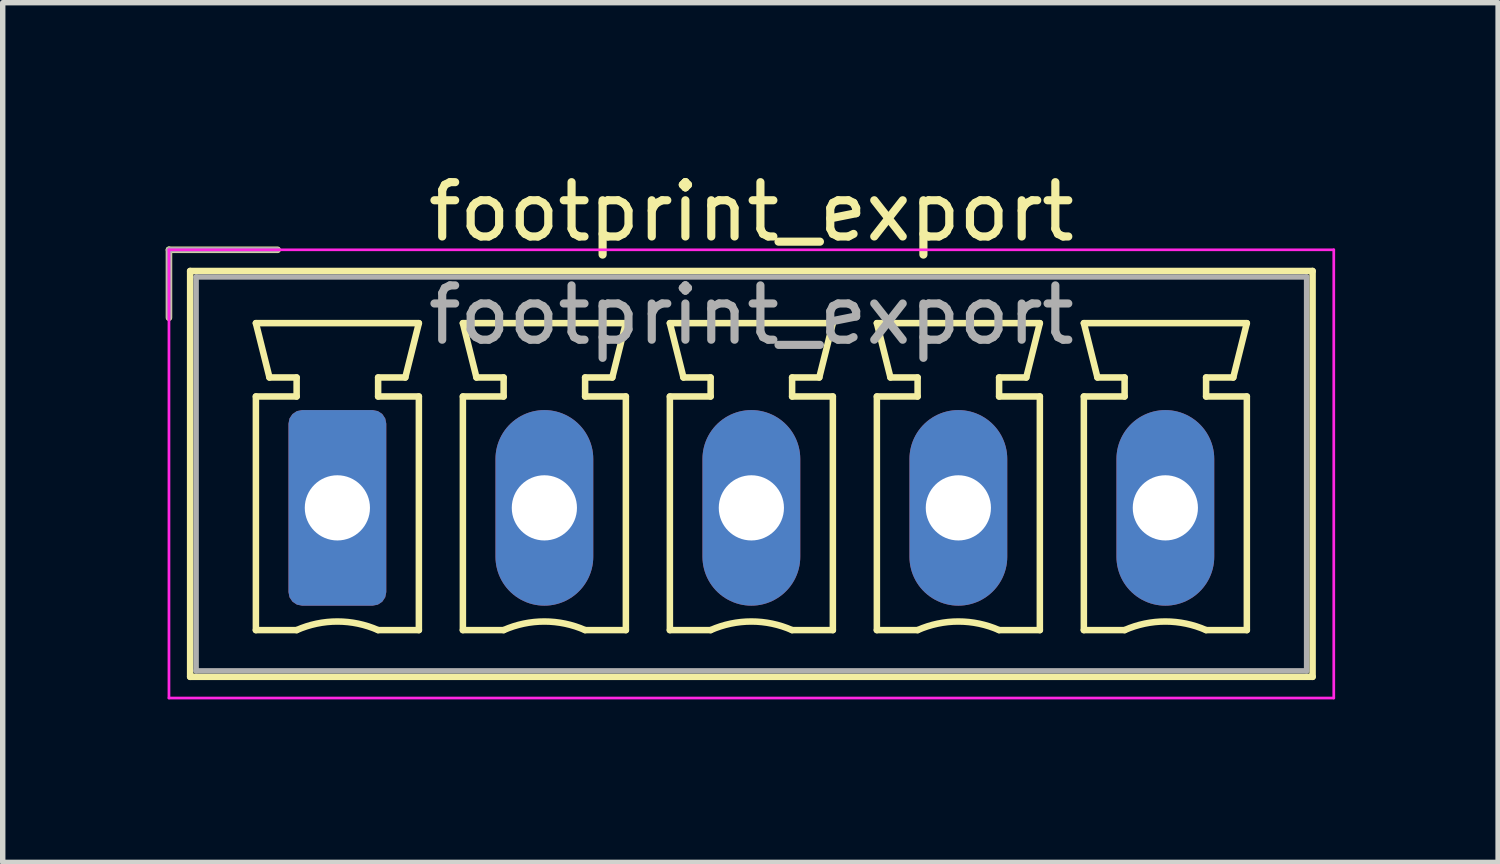
<source format=kicad_pcb>
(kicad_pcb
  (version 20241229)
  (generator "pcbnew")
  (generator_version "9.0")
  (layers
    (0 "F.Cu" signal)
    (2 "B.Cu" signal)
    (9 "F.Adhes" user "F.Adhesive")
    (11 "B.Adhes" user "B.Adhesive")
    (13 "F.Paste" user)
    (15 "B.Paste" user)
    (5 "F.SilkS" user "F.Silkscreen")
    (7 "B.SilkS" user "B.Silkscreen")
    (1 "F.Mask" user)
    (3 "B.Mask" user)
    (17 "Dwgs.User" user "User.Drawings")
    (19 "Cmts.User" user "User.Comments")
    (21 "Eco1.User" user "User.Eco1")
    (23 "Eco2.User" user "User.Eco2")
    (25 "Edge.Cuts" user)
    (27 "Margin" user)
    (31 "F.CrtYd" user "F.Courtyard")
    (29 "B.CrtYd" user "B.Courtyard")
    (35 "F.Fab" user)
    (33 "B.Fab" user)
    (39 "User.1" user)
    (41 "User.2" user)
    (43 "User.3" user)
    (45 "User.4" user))
  (footprint "footprint_export"
    (layer "F.Cu")
    (at 3.16 6.298)
    (property "Reference" "footprint_export" (at 7.62 -5.45 0) (layer "F.SilkS") (effects (font (size 1 1) (thickness 0.15))))
    (attr through_hole)
    (fp_line (start -3.1 -4.75) (end -1.1 -4.75) (stroke (width 0.12) (type solid)) (layer "F.SilkS"))
    (fp_line (start -3.1 -3.5) (end -3.1 -4.75) (stroke (width 0.12) (type solid)) (layer "F.SilkS"))
    (fp_line (start -2.71 -4.36) (end -2.71 3.11) (stroke (width 0.12) (type solid)) (layer "F.SilkS"))
    (fp_line (start -2.71 3.11) (end 17.95 3.11) (stroke (width 0.12) (type solid)) (layer "F.SilkS"))
    (fp_line (start -1.5 -3.4) (end 1.5 -3.4) (stroke (width 0.12) (type solid)) (layer "F.SilkS"))
    (fp_line (start -1.5 -2.05) (end -0.75 -2.05) (stroke (width 0.12) (type solid)) (layer "F.SilkS"))
    (fp_line (start -1.5 2.25) (end -1.5 -2.05) (stroke (width 0.12) (type solid)) (layer "F.SilkS"))
    (fp_line (start -1.25 -2.4) (end -1.5 -3.4) (stroke (width 0.12) (type solid)) (layer "F.SilkS"))
    (fp_line (start -0.75 -2.4) (end -1.25 -2.4) (stroke (width 0.12) (type solid)) (layer "F.SilkS"))
    (fp_line (start -0.75 -2.05) (end -0.75 -2.4) (stroke (width 0.12) (type solid)) (layer "F.SilkS"))
    (fp_line (start -0.75 2.25) (end -1.5 2.25) (stroke (width 0.12) (type solid)) (layer "F.SilkS"))
    (fp_line (start 0.75 -2.4) (end 0.75 -2.05) (stroke (width 0.12) (type solid)) (layer "F.SilkS"))
    (fp_line (start 0.75 -2.05) (end 1.5 -2.05) (stroke (width 0.12) (type solid)) (layer "F.SilkS"))
    (fp_line (start 1.25 -2.4) (end 0.75 -2.4) (stroke (width 0.12) (type solid)) (layer "F.SilkS"))
    (fp_line (start 1.5 -3.4) (end 1.25 -2.4) (stroke (width 0.12) (type solid)) (layer "F.SilkS"))
    (fp_line (start 1.5 -2.05) (end 1.5 2.25) (stroke (width 0.12) (type solid)) (layer "F.SilkS"))
    (fp_line (start 1.5 2.25) (end 0.75 2.25) (stroke (width 0.12) (type solid)) (layer "F.SilkS"))
    (fp_line (start 2.31 -3.4) (end 5.31 -3.4) (stroke (width 0.12) (type solid)) (layer "F.SilkS"))
    (fp_line (start 2.31 -2.05) (end 3.06 -2.05) (stroke (width 0.12) (type solid)) (layer "F.SilkS"))
    (fp_line (start 2.31 2.25) (end 2.31 -2.05) (stroke (width 0.12) (type solid)) (layer "F.SilkS"))
    (fp_line (start 2.56 -2.4) (end 2.31 -3.4) (stroke (width 0.12) (type solid)) (layer "F.SilkS"))
    (fp_line (start 3.06 -2.4) (end 2.56 -2.4) (stroke (width 0.12) (type solid)) (layer "F.SilkS"))
    (fp_line (start 3.06 -2.05) (end 3.06 -2.4) (stroke (width 0.12) (type solid)) (layer "F.SilkS"))
    (fp_line (start 3.06 2.25) (end 2.31 2.25) (stroke (width 0.12) (type solid)) (layer "F.SilkS"))
    (fp_line (start 4.56 -2.4) (end 4.56 -2.05) (stroke (width 0.12) (type solid)) (layer "F.SilkS"))
    (fp_line (start 4.56 -2.05) (end 5.31 -2.05) (stroke (width 0.12) (type solid)) (layer "F.SilkS"))
    (fp_line (start 5.06 -2.4) (end 4.56 -2.4) (stroke (width 0.12) (type solid)) (layer "F.SilkS"))
    (fp_line (start 5.31 -3.4) (end 5.06 -2.4) (stroke (width 0.12) (type solid)) (layer "F.SilkS"))
    (fp_line (start 5.31 -2.05) (end 5.31 2.25) (stroke (width 0.12) (type solid)) (layer "F.SilkS"))
    (fp_line (start 5.31 2.25) (end 4.56 2.25) (stroke (width 0.12) (type solid)) (layer "F.SilkS"))
    (fp_line (start 6.12 -3.4) (end 9.12 -3.4) (stroke (width 0.12) (type solid)) (layer "F.SilkS"))
    (fp_line (start 6.12 -2.05) (end 6.87 -2.05) (stroke (width 0.12) (type solid)) (layer "F.SilkS"))
    (fp_line (start 6.12 2.25) (end 6.12 -2.05) (stroke (width 0.12) (type solid)) (layer "F.SilkS"))
    (fp_line (start 6.37 -2.4) (end 6.12 -3.4) (stroke (width 0.12) (type solid)) (layer "F.SilkS"))
    (fp_line (start 6.87 -2.4) (end 6.37 -2.4) (stroke (width 0.12) (type solid)) (layer "F.SilkS"))
    (fp_line (start 6.87 -2.05) (end 6.87 -2.4) (stroke (width 0.12) (type solid)) (layer "F.SilkS"))
    (fp_line (start 6.87 2.25) (end 6.12 2.25) (stroke (width 0.12) (type solid)) (layer "F.SilkS"))
    (fp_line (start 8.37 -2.4) (end 8.37 -2.05) (stroke (width 0.12) (type solid)) (layer "F.SilkS"))
    (fp_line (start 8.37 -2.05) (end 9.12 -2.05) (stroke (width 0.12) (type solid)) (layer "F.SilkS"))
    (fp_line (start 8.87 -2.4) (end 8.37 -2.4) (stroke (width 0.12) (type solid)) (layer "F.SilkS"))
    (fp_line (start 9.12 -3.4) (end 8.87 -2.4) (stroke (width 0.12) (type solid)) (layer "F.SilkS"))
    (fp_line (start 9.12 -2.05) (end 9.12 2.25) (stroke (width 0.12) (type solid)) (layer "F.SilkS"))
    (fp_line (start 9.12 2.25) (end 8.37 2.25) (stroke (width 0.12) (type solid)) (layer "F.SilkS"))
    (fp_line (start 9.93 -3.4) (end 12.93 -3.4) (stroke (width 0.12) (type solid)) (layer "F.SilkS"))
    (fp_line (start 9.93 -2.05) (end 10.68 -2.05) (stroke (width 0.12) (type solid)) (layer "F.SilkS"))
    (fp_line (start 9.93 2.25) (end 9.93 -2.05) (stroke (width 0.12) (type solid)) (layer "F.SilkS"))
    (fp_line (start 10.18 -2.4) (end 9.93 -3.4) (stroke (width 0.12) (type solid)) (layer "F.SilkS"))
    (fp_line (start 10.68 -2.4) (end 10.18 -2.4) (stroke (width 0.12) (type solid)) (layer "F.SilkS"))
    (fp_line (start 10.68 -2.05) (end 10.68 -2.4) (stroke (width 0.12) (type solid)) (layer "F.SilkS"))
    (fp_line (start 10.68 2.25) (end 9.93 2.25) (stroke (width 0.12) (type solid)) (layer "F.SilkS"))
    (fp_line (start 12.18 -2.4) (end 12.18 -2.05) (stroke (width 0.12) (type solid)) (layer "F.SilkS"))
    (fp_line (start 12.18 -2.05) (end 12.93 -2.05) (stroke (width 0.12) (type solid)) (layer "F.SilkS"))
    (fp_line (start 12.68 -2.4) (end 12.18 -2.4) (stroke (width 0.12) (type solid)) (layer "F.SilkS"))
    (fp_line (start 12.93 -3.4) (end 12.68 -2.4) (stroke (width 0.12) (type solid)) (layer "F.SilkS"))
    (fp_line (start 12.93 -2.05) (end 12.93 2.25) (stroke (width 0.12) (type solid)) (layer "F.SilkS"))
    (fp_line (start 12.93 2.25) (end 12.18 2.25) (stroke (width 0.12) (type solid)) (layer "F.SilkS"))
    (fp_line (start 13.74 -3.4) (end 16.74 -3.4) (stroke (width 0.12) (type solid)) (layer "F.SilkS"))
    (fp_line (start 13.74 -2.05) (end 14.49 -2.05) (stroke (width 0.12) (type solid)) (layer "F.SilkS"))
    (fp_line (start 13.74 2.25) (end 13.74 -2.05) (stroke (width 0.12) (type solid)) (layer "F.SilkS"))
    (fp_line (start 13.99 -2.4) (end 13.74 -3.4) (stroke (width 0.12) (type solid)) (layer "F.SilkS"))
    (fp_line (start 14.49 -2.4) (end 13.99 -2.4) (stroke (width 0.12) (type solid)) (layer "F.SilkS"))
    (fp_line (start 14.49 -2.05) (end 14.49 -2.4) (stroke (width 0.12) (type solid)) (layer "F.SilkS"))
    (fp_line (start 14.49 2.25) (end 13.74 2.25) (stroke (width 0.12) (type solid)) (layer "F.SilkS"))
    (fp_line (start 15.99 -2.4) (end 15.99 -2.05) (stroke (width 0.12) (type solid)) (layer "F.SilkS"))
    (fp_line (start 15.99 -2.05) (end 16.74 -2.05) (stroke (width 0.12) (type solid)) (layer "F.SilkS"))
    (fp_line (start 16.49 -2.4) (end 15.99 -2.4) (stroke (width 0.12) (type solid)) (layer "F.SilkS"))
    (fp_line (start 16.74 -3.4) (end 16.49 -2.4) (stroke (width 0.12) (type solid)) (layer "F.SilkS"))
    (fp_line (start 16.74 -2.05) (end 16.74 2.25) (stroke (width 0.12) (type solid)) (layer "F.SilkS"))
    (fp_line (start 16.74 2.25) (end 15.99 2.25) (stroke (width 0.12) (type solid)) (layer "F.SilkS"))
    (fp_line (start 17.95 -4.36) (end -2.71 -4.36) (stroke (width 0.12) (type solid)) (layer "F.SilkS"))
    (fp_line (start 17.95 3.11) (end 17.95 -4.36) (stroke (width 0.12) (type solid)) (layer "F.SilkS"))
    (fp_arc (start -0.75 2.25) (mid -0.000193 2.09191) (end 0.749647 2.249844) (stroke (width 0.12) (type solid)) (layer "F.SilkS"))
    (fp_arc (start 3.06 2.25) (mid 3.809807 2.09191) (end 4.559647 2.249844) (stroke (width 0.12) (type solid)) (layer "F.SilkS"))
    (fp_arc (start 6.87 2.25) (mid 7.619807 2.09191) (end 8.369647 2.249844) (stroke (width 0.12) (type solid)) (layer "F.SilkS"))
    (fp_arc (start 10.68 2.25) (mid 11.429807 2.09191) (end 12.179647 2.249844) (stroke (width 0.12) (type solid)) (layer "F.SilkS"))
    (fp_arc (start 14.49 2.25) (mid 15.239807 2.09191) (end 15.989647 2.249844) (stroke (width 0.12) (type solid)) (layer "F.SilkS"))
    (fp_line (start -3.1 -4.75) (end -3.1 3.5) (stroke (width 0.05) (type solid)) (layer "F.CrtYd"))
    (fp_line (start -3.1 3.5) (end 18.34 3.5) (stroke (width 0.05) (type solid)) (layer "F.CrtYd"))
    (fp_line (start 18.34 -4.75) (end -3.1 -4.75) (stroke (width 0.05) (type solid)) (layer "F.CrtYd"))
    (fp_line (start 18.34 3.5) (end 18.34 -4.75) (stroke (width 0.05) (type solid)) (layer "F.CrtYd"))
    (fp_line (start -3.1 -4.75) (end -1.1 -4.75) (stroke (width 0.1) (type solid)) (layer "F.Fab"))
    (fp_line (start -3.1 -3.5) (end -3.1 -4.75) (stroke (width 0.1) (type solid)) (layer "F.Fab"))
    (fp_line (start -2.6 -4.25) (end -2.6 3) (stroke (width 0.1) (type solid)) (layer "F.Fab"))
    (fp_line (start -2.6 3) (end 17.84 3) (stroke (width 0.1) (type solid)) (layer "F.Fab"))
    (fp_line (start 17.84 -4.25) (end -2.6 -4.25) (stroke (width 0.1) (type solid)) (layer "F.Fab"))
    (fp_line (start 17.84 3) (end 17.84 -4.25) (stroke (width 0.1) (type solid)) (layer "F.Fab"))
    (fp_text user "${REFERENCE}" (at 7.62 -3.55 0) (layer "F.Fab") (effects (font (size 1 1) (thickness 0.15))))
    (pad "1" thru_hole roundrect (at 0 0) (size 1.8 3.6) (drill 1.2) (layers "*.Cu" "*.Mask") (roundrect_rratio 0.139))
    (pad "2" thru_hole oval (at 3.81 0) (size 1.8 3.6) (drill 1.2) (layers "*.Cu" "*.Mask"))
    (pad "3" thru_hole oval (at 7.62 0) (size 1.8 3.6) (drill 1.2) (layers "*.Cu" "*.Mask"))
    (pad "4" thru_hole oval (at 11.43 0) (size 1.8 3.6) (drill 1.2) (layers "*.Cu" "*.Mask"))
    (pad "5" thru_hole oval (at 15.24 0) (size 1.8 3.6) (drill 1.2) (layers "*.Cu" "*.Mask")))
  (gr_rect
    (start -3 -3)
    (end 24.525 12.823)
    (stroke (width 0.1) (type default))
    (fill no)
    (layer "Edge.Cuts")))
</source>
